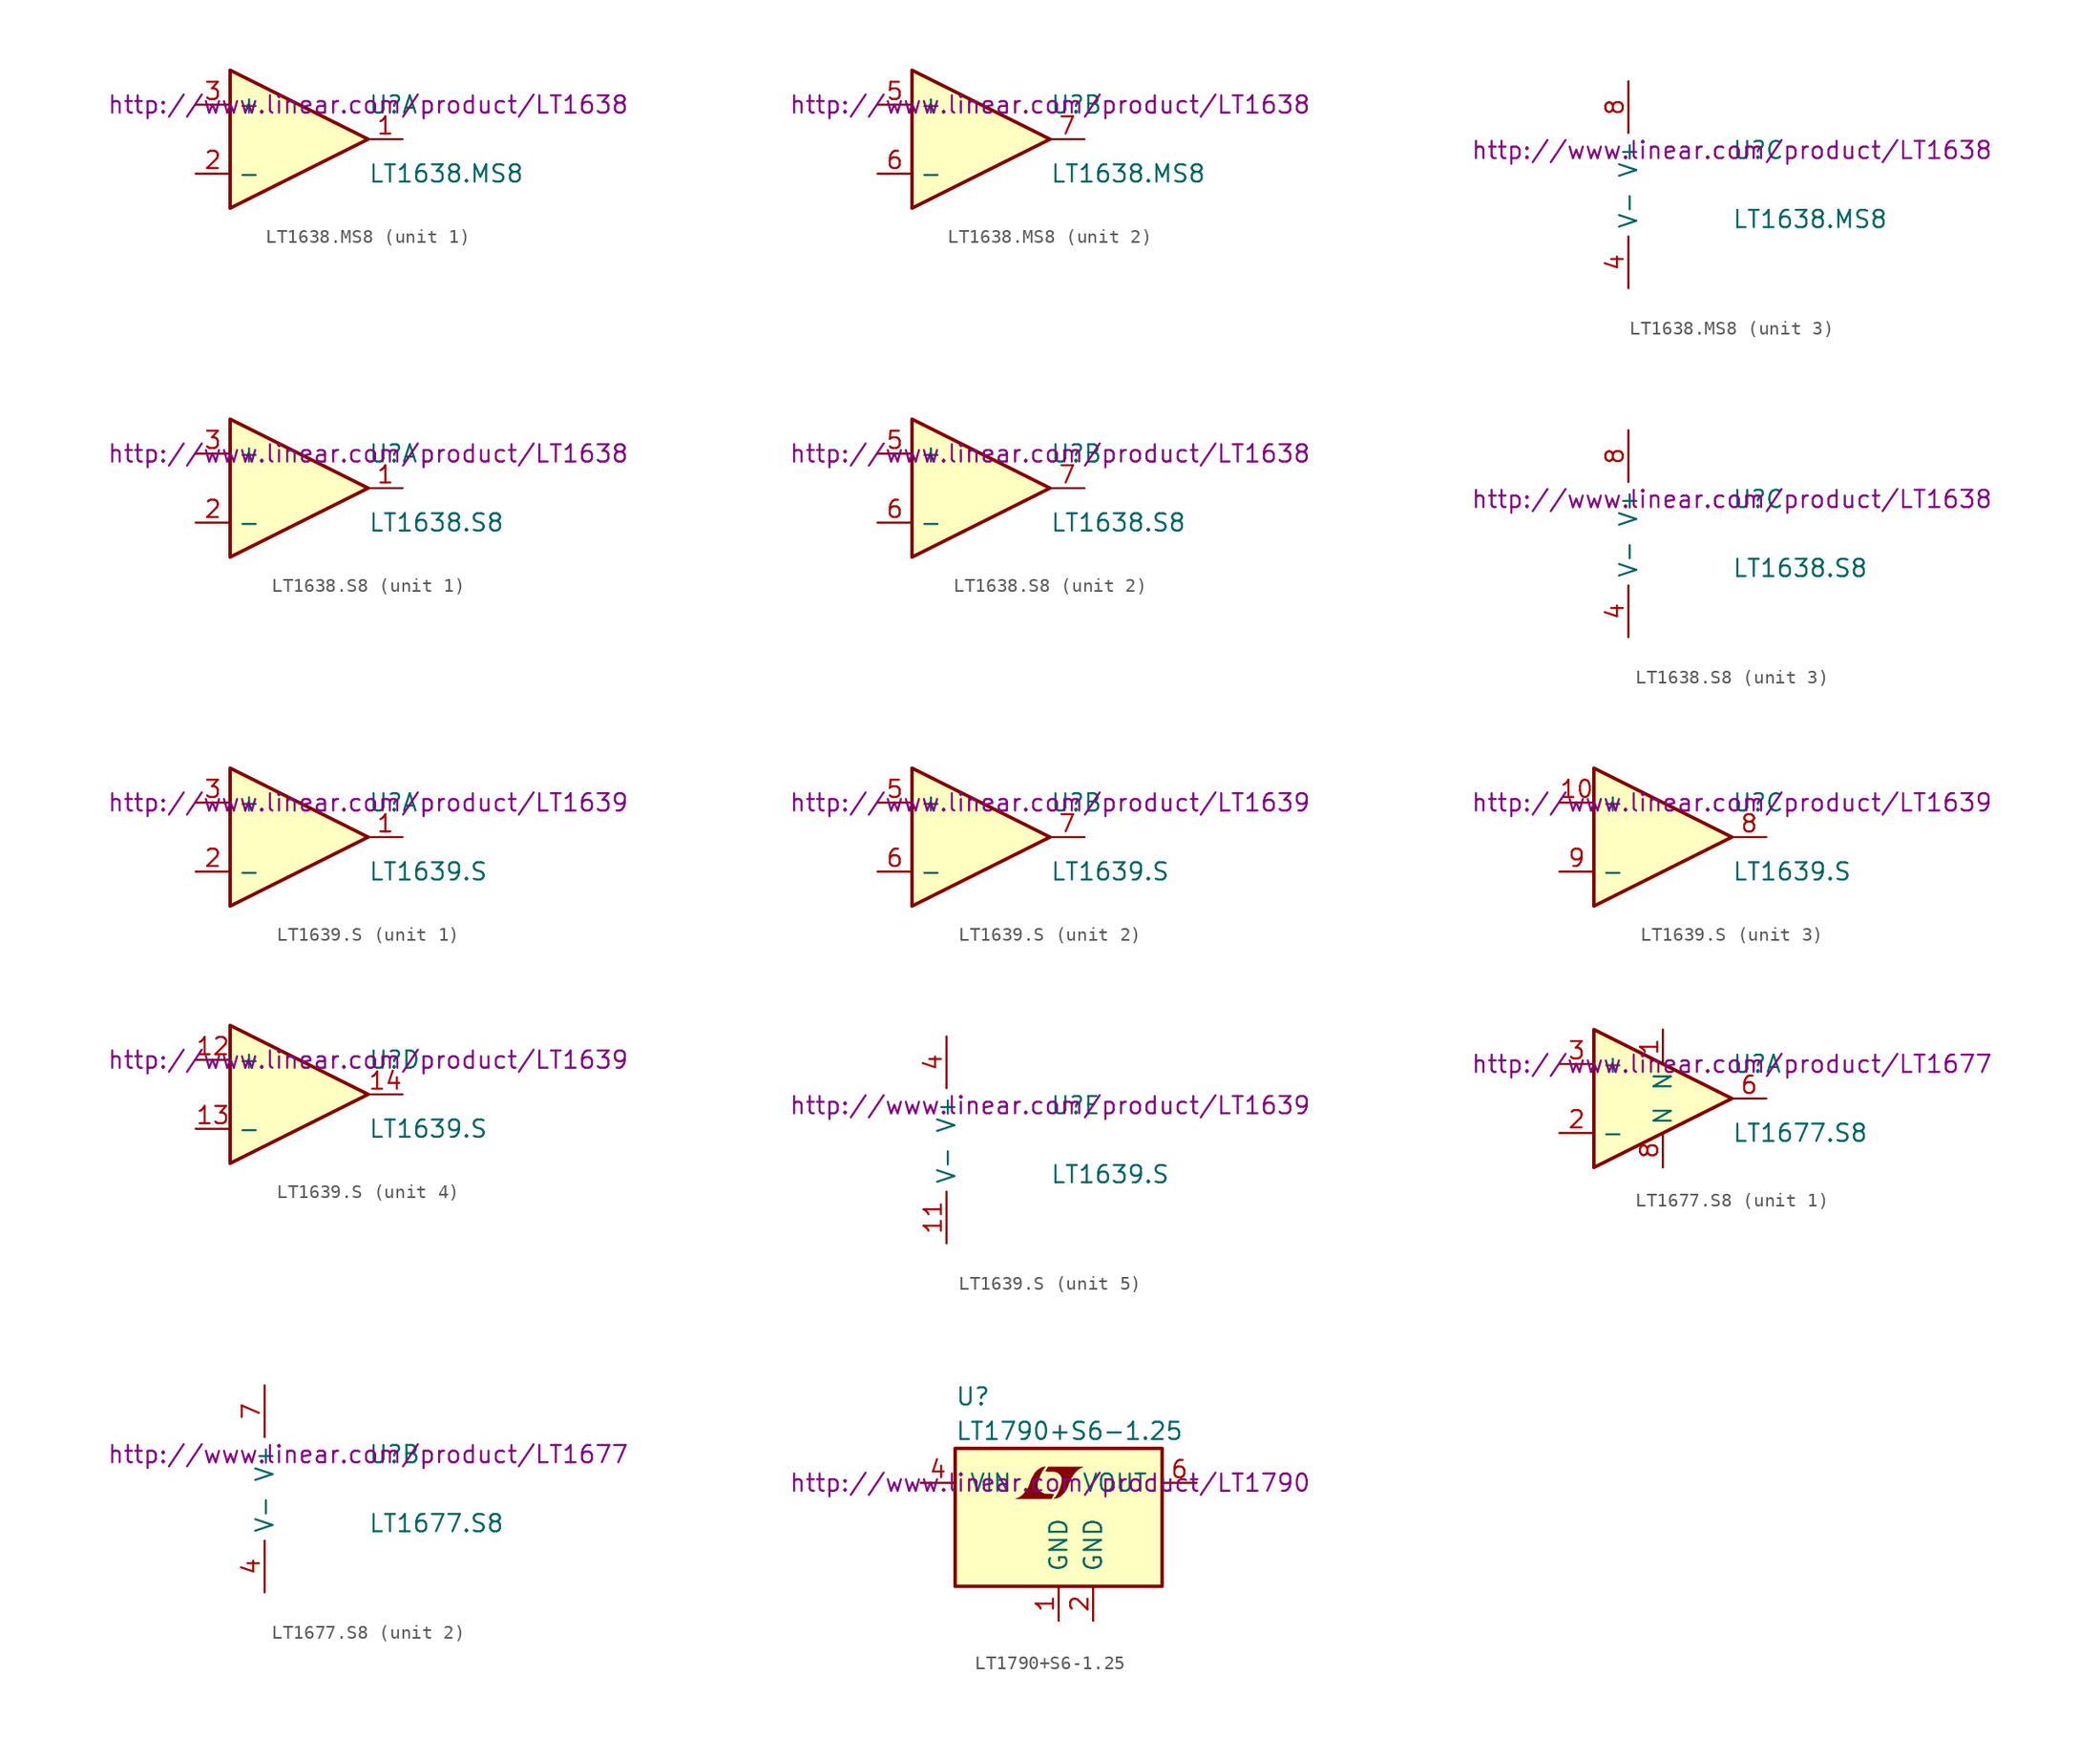
<source format=kicad_sym>
(kicad_symbol_lib
  (version 20201005)
  (generator kicad_symbol_editor)
  (symbol "LT1638.MS8"
    (property "Reference" "U"
      (at 5.08 2.54 0)
      (effects (font (size 1.27 1.27)) (justify left)))
    (property "Value" "LT1638.MS8"
      (at 5.08 -2.54 0)
      (effects (font (size 1.27 1.27)) (justify left)))
    (property "Datasheet" "http://www.linear.com/product/LT1638"
      (at 5.08 2.54 0)
      (effects (font (size 1.27 1.27))))
    (property "ki_locked" ""
      (at 0 0 0)
      (effects (font (size 1.27 1.27))))
    (symbol "LT1638.MS8_1_1"
      (polyline (pts (xy 5.08 0) (xy -5.08 5.08) (xy -5.08 -5.08) (xy 5.08 0)) (stroke (width 0.254)) (fill (type background)))
      (pin output line (at 7.62 0 180) (length 2.54) (name "~" (effects (font (size 1.27 1.27)))) (number "1" (effects (font (size 1.27 1.27)))))
      (pin input line (at -7.62 -2.54 0) (length 2.54) (name "-" (effects (font (size 1.27 1.27)))) (number "2" (effects (font (size 1.27 1.27)))))
      (pin input line (at -7.62 2.54 0) (length 2.54) (name "+" (effects (font (size 1.27 1.27)))) (number "3" (effects (font (size 1.27 1.27))))))
    (symbol "LT1638.MS8_2_1"
      (polyline (pts (xy 5.08 0) (xy -5.08 5.08) (xy -5.08 -5.08) (xy 5.08 0)) (stroke (width 0.254)) (fill (type background)))
      (pin input line (at -7.62 2.54 0) (length 2.54) (name "+" (effects (font (size 1.27 1.27)))) (number "5" (effects (font (size 1.27 1.27)))))
      (pin input line (at -7.62 -2.54 0) (length 2.54) (name "-" (effects (font (size 1.27 1.27)))) (number "6" (effects (font (size 1.27 1.27)))))
      (pin output line (at 7.62 0 180) (length 2.54) (name "~" (effects (font (size 1.27 1.27)))) (number "7" (effects (font (size 1.27 1.27))))))
    (symbol "LT1638.MS8_3_1"
      (pin power_in line (at -2.54 -7.62 90) (length 3.81) (name "V-" (effects (font (size 1.27 1.27)))) (number "4" (effects (font (size 1.27 1.27)))))
      (pin power_in line (at -2.54 7.62 270) (length 3.81) (name "V+" (effects (font (size 1.27 1.27)))) (number "8" (effects (font (size 1.27 1.27)))))))
  (symbol "LT1638.S8"
    (property "Reference" "U"
      (at 5.08 2.54 0)
      (effects (font (size 1.27 1.27)) (justify left)))
    (property "Value" "LT1638.S8"
      (at 5.08 -2.54 0)
      (effects (font (size 1.27 1.27)) (justify left)))
    (property "Datasheet" "http://www.linear.com/product/LT1638"
      (at 5.08 2.54 0)
      (effects (font (size 1.27 1.27))))
    (property "ki_locked" ""
      (at 0 0 0)
      (effects (font (size 1.27 1.27))))
    (symbol "LT1638.S8_1_1"
      (polyline (pts (xy 5.08 0) (xy -5.08 5.08) (xy -5.08 -5.08) (xy 5.08 0)) (stroke (width 0.254)) (fill (type background)))
      (pin output line (at 7.62 0 180) (length 2.54) (name "~" (effects (font (size 1.27 1.27)))) (number "1" (effects (font (size 1.27 1.27)))))
      (pin input line (at -7.62 -2.54 0) (length 2.54) (name "-" (effects (font (size 1.27 1.27)))) (number "2" (effects (font (size 1.27 1.27)))))
      (pin input line (at -7.62 2.54 0) (length 2.54) (name "+" (effects (font (size 1.27 1.27)))) (number "3" (effects (font (size 1.27 1.27))))))
    (symbol "LT1638.S8_2_1"
      (polyline (pts (xy 5.08 0) (xy -5.08 5.08) (xy -5.08 -5.08) (xy 5.08 0)) (stroke (width 0.254)) (fill (type background)))
      (pin input line (at -7.62 2.54 0) (length 2.54) (name "+" (effects (font (size 1.27 1.27)))) (number "5" (effects (font (size 1.27 1.27)))))
      (pin input line (at -7.62 -2.54 0) (length 2.54) (name "-" (effects (font (size 1.27 1.27)))) (number "6" (effects (font (size 1.27 1.27)))))
      (pin output line (at 7.62 0 180) (length 2.54) (name "~" (effects (font (size 1.27 1.27)))) (number "7" (effects (font (size 1.27 1.27))))))
    (symbol "LT1638.S8_3_1"
      (pin power_in line (at -2.54 -7.62 90) (length 3.81) (name "V-" (effects (font (size 1.27 1.27)))) (number "4" (effects (font (size 1.27 1.27)))))
      (pin power_in line (at -2.54 7.62 270) (length 3.81) (name "V+" (effects (font (size 1.27 1.27)))) (number "8" (effects (font (size 1.27 1.27)))))))
  (symbol "LT1639.S"
    (property "Reference" "U"
      (at 5.08 2.54 0)
      (effects (font (size 1.27 1.27)) (justify left)))
    (property "Value" "LT1639.S"
      (at 5.08 -2.54 0)
      (effects (font (size 1.27 1.27)) (justify left)))
    (property "Datasheet" "http://www.linear.com/product/LT1639"
      (at 5.08 2.54 0)
      (effects (font (size 1.27 1.27))))
    (property "ki_locked" ""
      (at 0 0 0)
      (effects (font (size 1.27 1.27))))
    (symbol "LT1639.S_1_1"
      (polyline (pts (xy 5.08 0) (xy -5.08 5.08) (xy -5.08 -5.08) (xy 5.08 0)) (stroke (width 0.254)) (fill (type background)))
      (pin output line (at 7.62 0 180) (length 2.54) (name "~" (effects (font (size 1.27 1.27)))) (number "1" (effects (font (size 1.27 1.27)))))
      (pin input line (at -7.62 -2.54 0) (length 2.54) (name "-" (effects (font (size 1.27 1.27)))) (number "2" (effects (font (size 1.27 1.27)))))
      (pin input line (at -7.62 2.54 0) (length 2.54) (name "+" (effects (font (size 1.27 1.27)))) (number "3" (effects (font (size 1.27 1.27))))))
    (symbol "LT1639.S_2_1"
      (polyline (pts (xy 5.08 0) (xy -5.08 5.08) (xy -5.08 -5.08) (xy 5.08 0)) (stroke (width 0.254)) (fill (type background)))
      (pin input line (at -7.62 2.54 0) (length 2.54) (name "+" (effects (font (size 1.27 1.27)))) (number "5" (effects (font (size 1.27 1.27)))))
      (pin input line (at -7.62 -2.54 0) (length 2.54) (name "-" (effects (font (size 1.27 1.27)))) (number "6" (effects (font (size 1.27 1.27)))))
      (pin output line (at 7.62 0 180) (length 2.54) (name "~" (effects (font (size 1.27 1.27)))) (number "7" (effects (font (size 1.27 1.27))))))
    (symbol "LT1639.S_3_1"
      (polyline (pts (xy 5.08 0) (xy -5.08 5.08) (xy -5.08 -5.08) (xy 5.08 0)) (stroke (width 0.254)) (fill (type background)))
      (pin output line (at 7.62 0 180) (length 2.54) (name "~" (effects (font (size 1.27 1.27)))) (number "8" (effects (font (size 1.27 1.27)))))
      (pin input line (at -7.62 -2.54 0) (length 2.54) (name "-" (effects (font (size 1.27 1.27)))) (number "9" (effects (font (size 1.27 1.27)))))
      (pin input line (at -7.62 2.54 0) (length 2.54) (name "+" (effects (font (size 1.27 1.27)))) (number "10" (effects (font (size 1.27 1.27))))))
    (symbol "LT1639.S_4_1"
      (polyline (pts (xy 5.08 0) (xy -5.08 5.08) (xy -5.08 -5.08) (xy 5.08 0)) (stroke (width 0.254)) (fill (type background)))
      (pin input line (at -7.62 2.54 0) (length 2.54) (name "+" (effects (font (size 1.27 1.27)))) (number "12" (effects (font (size 1.27 1.27)))))
      (pin input line (at -7.62 -2.54 0) (length 2.54) (name "-" (effects (font (size 1.27 1.27)))) (number "13" (effects (font (size 1.27 1.27)))))
      (pin output line (at 7.62 0 180) (length 2.54) (name "~" (effects (font (size 1.27 1.27)))) (number "14" (effects (font (size 1.27 1.27))))))
    (symbol "LT1639.S_5_1"
      (pin power_in line (at -2.54 7.62 270) (length 3.81) (name "V+" (effects (font (size 1.27 1.27)))) (number "4" (effects (font (size 1.27 1.27)))))
      (pin power_in line (at -2.54 -7.62 90) (length 3.81) (name "V-" (effects (font (size 1.27 1.27)))) (number "11" (effects (font (size 1.27 1.27)))))))
  (symbol "LT1677.S8"
    (property "Reference" "U"
      (at 5.08 2.54 0)
      (effects (font (size 1.27 1.27)) (justify left)))
    (property "Value" "LT1677.S8"
      (at 5.08 -2.54 0)
      (effects (font (size 1.27 1.27)) (justify left)))
    (property "Datasheet" "http://www.linear.com/product/LT1677"
      (at 5.08 2.54 0)
      (effects (font (size 1.27 1.27))))
    (property "ki_locked" ""
      (at 0 0 0)
      (effects (font (size 1.27 1.27))))
    (symbol "LT1677.S8_1_1"
      (polyline (pts (xy 5.08 0) (xy -5.08 5.08) (xy -5.08 -5.08) (xy 5.08 0)) (stroke (width 0.254)) (fill (type background)))
      (pin passive line (at 0 5.08 270) (length 2.54) (name "N" (effects (font (size 1.27 1.27)))) (number "1" (effects (font (size 1.27 1.27)))))
      (pin input line (at -7.62 -2.54 0) (length 2.54) (name "-" (effects (font (size 1.27 1.27)))) (number "2" (effects (font (size 1.27 1.27)))))
      (pin input line (at -7.62 2.54 0) (length 2.54) (name "+" (effects (font (size 1.27 1.27)))) (number "3" (effects (font (size 1.27 1.27)))))
      (pin output line (at 7.62 0 180) (length 2.54) (name "~" (effects (font (size 1.27 1.27)))) (number "6" (effects (font (size 1.27 1.27)))))
      (pin passive line (at 0 -5.08 90) (length 2.54) (name "N" (effects (font (size 1.27 1.27)))) (number "8" (effects (font (size 1.27 1.27))))))
    (symbol "LT1677.S8_2_1"
      (pin power_in line (at -2.54 -7.62 90) (length 3.81) (name "V-" (effects (font (size 1.27 1.27)))) (number "4" (effects (font (size 1.27 1.27)))))
      (pin unconnected line (at -7.62 0 0) (length 2.54) hide (name "NC" (effects (font (size 1.27 1.27)))) (number "5" (effects (font (size 1.27 1.27)))))
      (pin power_in line (at -2.54 7.62 270) (length 3.81) (name "V+" (effects (font (size 1.27 1.27)))) (number "7" (effects (font (size 1.27 1.27)))))))
  (symbol "LT1790+S6-1.25"
    (pin_names
      (offset 1.016))
    (property "Reference" "U"
      (at -7.62 8.89 0)
      (effects (font (size 1.27 1.27)) (justify left)))
    (property "Value" "LT1790+S6-1.25"
      (at -7.62 6.35 0)
      (effects (font (size 1.27 1.27)) (justify left)))
    (property "Datasheet" "http://www.linear.com/product/LT1790"
      (at -0.635 2.54 0)
      (effects (font (size 1.27 1.27))))
    (symbol "LT1790+S6-1.25_0_0"
      (polyline (pts (xy -0.432 1.549) (xy -0.406 1.575) (xy -0.356 1.676) (xy -0.356 1.702) (xy -0.483 1.702) (xy -0.584 1.727) (xy -1.041 1.727) (xy -1.067 1.753) (xy -1.321 1.88) (xy -1.422 1.981) (xy -1.499 2.108) (xy -1.549 2.21) (xy -1.549 2.515) (xy -1.499 2.667) (xy -1.473 2.769) (xy -1.448 2.845) (xy -1.397 2.972) (xy -1.346 3.124) (xy -1.27 3.251) (xy -1.219 3.378) (xy -1.143 3.48) (xy -1.092 3.581) (xy -0.965 3.708) (xy -1.143 3.708) (xy -1.27 3.658) (xy -1.372 3.607) (xy -1.448 3.556) (xy -1.575 3.454) (xy -1.753 3.277) (xy -2.007 2.819) (xy -2.108 2.54) (xy -2.108 2.489) (xy -2.159 2.388) (xy -2.21 2.261) (xy -2.261 2.159) (xy -2.388 1.981) (xy -2.54 1.778) (xy -2.692 1.626) (xy -2.845 1.499) (xy -3.023 1.422) (xy -3.175 1.372) (xy -0.508 1.372) (xy -0.432 1.549)) (stroke (width 0.025)) (fill (type outline)))
      (polyline (pts (xy -0.229 1.397) (xy -0.152 1.397) (xy 0.025 1.473) (xy 0.178 1.575) (xy 0.457 1.854) (xy 0.584 2.057) (xy 0.686 2.261) (xy 0.762 2.515) (xy 0.787 2.515) (xy 0.864 2.769) (xy 1.118 3.175) (xy 1.27 3.353) (xy 1.422 3.505) (xy 1.575 3.607) (xy 1.753 3.683) (xy 1.778 3.683) (xy 1.778 3.708) (xy -0.787 3.708) (xy -0.864 3.556) (xy -0.889 3.531) (xy -0.94 3.429) (xy -0.965 3.404) (xy -0.914 3.404) (xy -0.864 3.378) (xy -0.33 3.378) (xy -0.279 3.353) (xy -0.229 3.353) (xy -0.152 3.327) (xy -0.025 3.251) (xy 0.102 3.15) (xy 0.178 3.023) (xy 0.203 2.972) (xy 0.229 2.946) (xy 0.229 2.54) (xy 0.203 2.489) (xy 0.203 2.413) (xy 0.152 2.311) (xy 0.127 2.184) (xy 0.051 2.032) (xy 0 1.88) (xy -0.152 1.626) (xy -0.203 1.524) (xy -0.356 1.372) (xy -0.229 1.397)) (stroke (width 0.025)) (fill (type outline))))
    (symbol "LT1790+S6-1.25_0_1"
      (rectangle (start -7.62 5.08) (end 7.62 -5.08) (stroke (width 0.254)) (fill (type background))))
    (symbol "LT1790+S6-1.25_1_1"
      (pin power_in line (at 0 -7.62 90) (length 2.54) (name "GND" (effects (font (size 1.27 1.27)))) (number "1" (effects (font (size 1.27 1.27)))))
      (pin power_in line (at 2.54 -7.62 90) (length 2.54) (name "GND" (effects (font (size 1.27 1.27)))) (number "2" (effects (font (size 1.27 1.27)))))
      (pin unconnected line (at -10.16 0 0) (length 2.54) hide (name "DNC" (effects (font (size 1.27 1.27)))) (number "3" (effects (font (size 1.27 1.27)))))
      (pin power_in line (at -10.16 2.54 0) (length 2.54) (name "VIN" (effects (font (size 1.27 1.27)))) (number "4" (effects (font (size 1.27 1.27)))))
      (pin unconnected line (at -10.16 -2.54 0) (length 2.54) hide (name "DNC" (effects (font (size 1.27 1.27)))) (number "5" (effects (font (size 1.27 1.27)))))
      (pin power_out line (at 10.16 2.54 180) (length 2.54) (name "VOUT" (effects (font (size 1.27 1.27)))) (number "6" (effects (font (size 1.27 1.27))))))))
</source>
